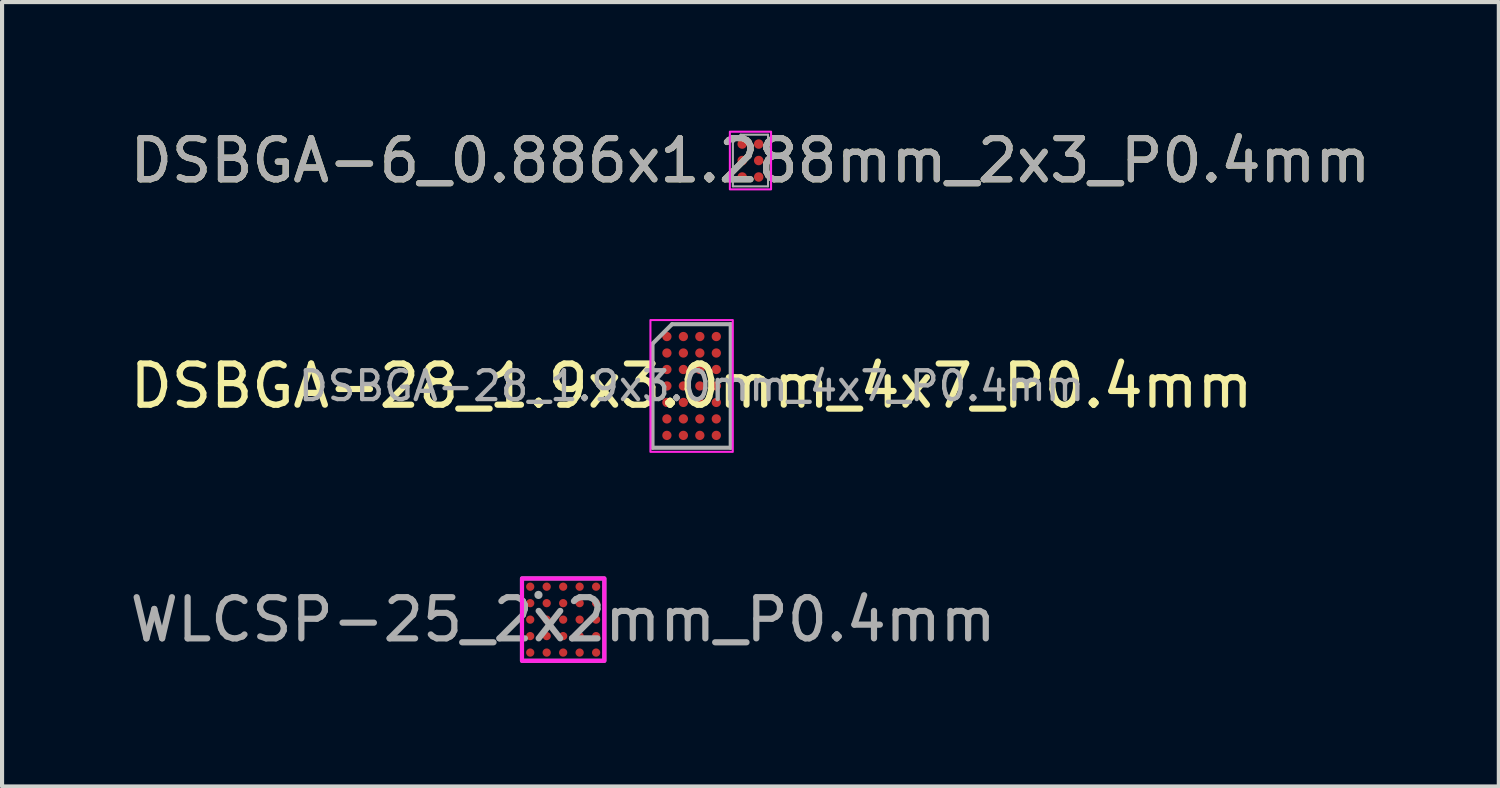
<source format=kicad_pcb>
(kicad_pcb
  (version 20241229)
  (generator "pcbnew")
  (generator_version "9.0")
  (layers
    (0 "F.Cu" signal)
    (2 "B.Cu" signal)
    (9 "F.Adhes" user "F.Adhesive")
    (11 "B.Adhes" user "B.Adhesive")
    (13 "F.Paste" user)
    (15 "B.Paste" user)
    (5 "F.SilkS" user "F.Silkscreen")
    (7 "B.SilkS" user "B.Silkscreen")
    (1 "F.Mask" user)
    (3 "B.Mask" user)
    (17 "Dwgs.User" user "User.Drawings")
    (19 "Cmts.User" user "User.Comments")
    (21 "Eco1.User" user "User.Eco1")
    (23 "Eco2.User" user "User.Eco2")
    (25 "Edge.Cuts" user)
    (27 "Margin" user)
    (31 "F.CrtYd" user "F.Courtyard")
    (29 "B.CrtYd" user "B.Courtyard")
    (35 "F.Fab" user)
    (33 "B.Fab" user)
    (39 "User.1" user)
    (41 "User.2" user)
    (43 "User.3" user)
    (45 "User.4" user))
  (footprint "DSBGA-6_0.886x1.288mm_2x3_P0.4mm"
    (layer "F.Cu")
    (at 15.173 0.848)
    (property "Reference" "DSBGA-6_0.886x1.288mm_2x3_P0.4mm" (at 0 0 0) (layer "F.SilkS") (effects (font (size 1 1) (thickness 0.15))))
    (attr smd)
    (fp_rect (start -0.5 -0.7) (end 0.5 0.7) (stroke (width 0.05) (type default)) (fill no) (layer "F.CrtYd"))
    (fp_line (start -0.427 -0.438) (end -0.237 -0.627) (stroke (width 0.05) (type solid)) (layer "F.Fab"))
    (fp_line (start -0.427 0.627) (end -0.427 -0.438) (stroke (width 0.05) (type solid)) (layer "F.Fab"))
    (fp_line (start -0.237 -0.627) (end 0.427 -0.627) (stroke (width 0.05) (type solid)) (layer "F.Fab"))
    (fp_line (start 0.427 -0.627) (end 0.427 0.627) (stroke (width 0.05) (type solid)) (layer "F.Fab"))
    (fp_line (start 0.427 0.627) (end -0.427 0.627) (stroke (width 0.05) (type solid)) (layer "F.Fab"))
    (fp_text user "${REFERENCE}" (at 0 0 0) (layer "F.Fab") (effects (font (size 1 1) (thickness 0.15))))
    (pad "A1" smd circle (at -0.2 -0.4) (size 0.23 0.23) (property pad_prop_bga) (layers "F.Cu" "F.Mask" "F.Paste"))
    (pad "A2" smd circle (at 0.2 -0.4) (size 0.23 0.23) (property pad_prop_bga) (layers "F.Cu" "F.Mask" "F.Paste"))
    (pad "B1" smd circle (at -0.2 0) (size 0.23 0.23) (property pad_prop_bga) (layers "F.Cu" "F.Mask" "F.Paste"))
    (pad "B2" smd circle (at 0.2 0) (size 0.23 0.23) (property pad_prop_bga) (layers "F.Cu" "F.Mask" "F.Paste"))
    (pad "C1" smd circle (at -0.2 0.4) (size 0.23 0.23) (property pad_prop_bga) (layers "F.Cu" "F.Mask" "F.Paste"))
    (pad "C2" smd circle (at 0.2 0.4) (size 0.23 0.23) (property pad_prop_bga) (layers "F.Cu" "F.Mask" "F.Paste")))
  (footprint "DSBGA-28_1.9x3.0mm_4x7_P0.4mm"
    (layer "F.Cu")
    (at 13.744 6.322)
    (property "Reference" "DSBGA-28_1.9x3.0mm_4x7_P0.4mm" (at 0 0 0) (layer "F.SilkS") (effects (font (size 1 1) (thickness 0.15))))
    (attr smd)
    (fp_rect (start -1 -1.6) (end 1 1.6) (stroke (width 0.05) (type default)) (fill no) (layer "F.CrtYd"))
    (fp_line (start -0.95 -1.025) (end -0.475 -1.5) (stroke (width 0.1) (type solid)) (layer "F.Fab"))
    (fp_line (start -0.95 1.5) (end -0.95 -1.025) (stroke (width 0.1) (type solid)) (layer "F.Fab"))
    (fp_line (start -0.475 -1.5) (end 0.95 -1.5) (stroke (width 0.1) (type solid)) (layer "F.Fab"))
    (fp_line (start 0.95 -1.5) (end 0.95 1.5) (stroke (width 0.1) (type solid)) (layer "F.Fab"))
    (fp_line (start 0.95 1.5) (end -0.95 1.5) (stroke (width 0.1) (type solid)) (layer "F.Fab"))
    (fp_text user "${REFERENCE}" (at 0 0 0) (layer "F.Fab") (effects (font (size 0.7 0.7) (thickness 0.105))))
    (pad "A1" smd circle (at -0.6 -1.2) (size 0.225 0.225) (property pad_prop_bga) (layers "F.Cu" "F.Mask" "F.Paste"))
    (pad "A2" smd circle (at -0.2 -1.2) (size 0.225 0.225) (property pad_prop_bga) (layers "F.Cu" "F.Mask" "F.Paste"))
    (pad "A3" smd circle (at 0.2 -1.2) (size 0.225 0.225) (property pad_prop_bga) (layers "F.Cu" "F.Mask" "F.Paste"))
    (pad "A4" smd circle (at 0.6 -1.2) (size 0.225 0.225) (property pad_prop_bga) (layers "F.Cu" "F.Mask" "F.Paste"))
    (pad "B1" smd circle (at -0.6 -0.8) (size 0.225 0.225) (property pad_prop_bga) (layers "F.Cu" "F.Mask" "F.Paste"))
    (pad "B2" smd circle (at -0.2 -0.8) (size 0.225 0.225) (property pad_prop_bga) (layers "F.Cu" "F.Mask" "F.Paste"))
    (pad "B3" smd circle (at 0.2 -0.8) (size 0.225 0.225) (property pad_prop_bga) (layers "F.Cu" "F.Mask" "F.Paste"))
    (pad "B4" smd circle (at 0.6 -0.8) (size 0.225 0.225) (property pad_prop_bga) (layers "F.Cu" "F.Mask" "F.Paste"))
    (pad "C1" smd circle (at -0.6 -0.4) (size 0.225 0.225) (property pad_prop_bga) (layers "F.Cu" "F.Mask" "F.Paste"))
    (pad "C2" smd circle (at -0.2 -0.4) (size 0.225 0.225) (property pad_prop_bga) (layers "F.Cu" "F.Mask" "F.Paste"))
    (pad "C3" smd circle (at 0.2 -0.4) (size 0.225 0.225) (property pad_prop_bga) (layers "F.Cu" "F.Mask" "F.Paste"))
    (pad "C4" smd circle (at 0.6 -0.4) (size 0.225 0.225) (property pad_prop_bga) (layers "F.Cu" "F.Mask" "F.Paste"))
    (pad "D1" smd circle (at -0.6 0) (size 0.225 0.225) (property pad_prop_bga) (layers "F.Cu" "F.Mask" "F.Paste"))
    (pad "D2" smd circle (at -0.2 0) (size 0.225 0.225) (property pad_prop_bga) (layers "F.Cu" "F.Mask" "F.Paste"))
    (pad "D3" smd circle (at 0.2 0) (size 0.225 0.225) (property pad_prop_bga) (layers "F.Cu" "F.Mask" "F.Paste"))
    (pad "D4" smd circle (at 0.6 0) (size 0.225 0.225) (property pad_prop_bga) (layers "F.Cu" "F.Mask" "F.Paste"))
    (pad "E1" smd circle (at -0.6 0.4) (size 0.225 0.225) (property pad_prop_bga) (layers "F.Cu" "F.Mask" "F.Paste"))
    (pad "E2" smd circle (at -0.2 0.4) (size 0.225 0.225) (property pad_prop_bga) (layers "F.Cu" "F.Mask" "F.Paste"))
    (pad "E3" smd circle (at 0.2 0.4) (size 0.225 0.225) (property pad_prop_bga) (layers "F.Cu" "F.Mask" "F.Paste"))
    (pad "E4" smd circle (at 0.6 0.4) (size 0.225 0.225) (property pad_prop_bga) (layers "F.Cu" "F.Mask" "F.Paste"))
    (pad "F1" smd circle (at -0.6 0.8) (size 0.225 0.225) (property pad_prop_bga) (layers "F.Cu" "F.Mask" "F.Paste"))
    (pad "F2" smd circle (at -0.2 0.8) (size 0.225 0.225) (property pad_prop_bga) (layers "F.Cu" "F.Mask" "F.Paste"))
    (pad "F3" smd circle (at 0.2 0.8) (size 0.225 0.225) (property pad_prop_bga) (layers "F.Cu" "F.Mask" "F.Paste"))
    (pad "F4" smd circle (at 0.6 0.8) (size 0.225 0.225) (property pad_prop_bga) (layers "F.Cu" "F.Mask" "F.Paste"))
    (pad "G1" smd circle (at -0.6 1.2) (size 0.225 0.225) (property pad_prop_bga) (layers "F.Cu" "F.Mask" "F.Paste"))
    (pad "G2" smd circle (at -0.2 1.2) (size 0.225 0.225) (property pad_prop_bga) (layers "F.Cu" "F.Mask" "F.Paste"))
    (pad "G3" smd circle (at 0.2 1.2) (size 0.225 0.225) (property pad_prop_bga) (layers "F.Cu" "F.Mask" "F.Paste"))
    (pad "G4" smd circle (at 0.6 1.2) (size 0.225 0.225) (property pad_prop_bga) (layers "F.Cu" "F.Mask" "F.Paste")))
  (footprint "WLCSP-25_2x2mm_P0.4mm"
    (layer "F.Cu")
    (at 10.625 11.996)
    (property "Reference" "WLCSP-25_2x2mm_P0.4mm" (at 0 0 0) (unlocked yes) (layer "F.SilkS") (effects (font (size 1 1) (thickness 0.1))))
    (attr smd)
    (fp_rect (start -1 -1) (end 1 1) (stroke (width 0.1) (type default)) (fill no) (layer "F.CrtYd"))
    (fp_rect (start -1 -1) (end 1 1) (stroke (width 0.1) (type default)) (fill no) (layer "F.Fab"))
    (fp_circle (center -0.6 -0.6) (end -0.55 -0.6) (stroke (width 0.1) (type default)) (fill no) (layer "F.Fab"))
    (fp_text user "${REFERENCE}" (at 0 0 0) (unlocked yes) (layer "F.Fab") (effects (font (size 1 1) (thickness 0.15))))
    (pad "A1" smd circle (at -0.8 -0.8) (size 0.2 0.2) (layers "F.Cu" "F.Mask" "F.Paste"))
    (pad "A2" smd circle (at -0.4 -0.8) (size 0.2 0.2) (layers "F.Cu" "F.Mask" "F.Paste"))
    (pad "A3" smd circle (at 0 -0.8) (size 0.2 0.2) (layers "F.Cu" "F.Mask" "F.Paste"))
    (pad "A4" smd circle (at 0.4 -0.8) (size 0.2 0.2) (layers "F.Cu" "F.Mask" "F.Paste"))
    (pad "A5" smd circle (at 0.8 -0.8) (size 0.2 0.2) (layers "F.Cu" "F.Mask" "F.Paste"))
    (pad "B1" smd circle (at -0.8 -0.4) (size 0.2 0.2) (layers "F.Cu" "F.Mask" "F.Paste"))
    (pad "B2" smd circle (at -0.4 -0.4) (size 0.2 0.2) (layers "F.Cu" "F.Mask" "F.Paste"))
    (pad "B3" smd circle (at 0 -0.4) (size 0.2 0.2) (layers "F.Cu" "F.Mask" "F.Paste"))
    (pad "B4" smd circle (at 0.4 -0.4) (size 0.2 0.2) (layers "F.Cu" "F.Mask" "F.Paste"))
    (pad "B5" smd circle (at 0.8 -0.4) (size 0.2 0.2) (layers "F.Cu" "F.Mask" "F.Paste"))
    (pad "C1" smd circle (at -0.8 0) (size 0.2 0.2) (layers "F.Cu" "F.Mask" "F.Paste"))
    (pad "C2" smd circle (at -0.4 0) (size 0.2 0.2) (layers "F.Cu" "F.Mask" "F.Paste"))
    (pad "C3" smd circle (at 0 0) (size 0.2 0.2) (layers "F.Cu" "F.Mask" "F.Paste"))
    (pad "C4" smd circle (at 0.4 0) (size 0.2 0.2) (layers "F.Cu" "F.Mask" "F.Paste"))
    (pad "C5" smd circle (at 0.8 0) (size 0.2 0.2) (layers "F.Cu" "F.Mask" "F.Paste"))
    (pad "D1" smd circle (at -0.8 0.4) (size 0.2 0.2) (layers "F.Cu" "F.Mask" "F.Paste"))
    (pad "D2" smd circle (at -0.4 0.4) (size 0.2 0.2) (layers "F.Cu" "F.Mask" "F.Paste"))
    (pad "D3" smd circle (at 0 0.4) (size 0.2 0.2) (layers "F.Cu" "F.Mask" "F.Paste"))
    (pad "D4" smd circle (at 0.4 0.4) (size 0.2 0.2) (layers "F.Cu" "F.Mask" "F.Paste"))
    (pad "D5" smd circle (at 0.8 0.4) (size 0.2 0.2) (layers "F.Cu" "F.Mask" "F.Paste"))
    (pad "E1" smd circle (at -0.8 0.8) (size 0.2 0.2) (layers "F.Cu" "F.Mask" "F.Paste"))
    (pad "E2" smd circle (at -0.4 0.8) (size 0.2 0.2) (layers "F.Cu" "F.Mask" "F.Paste"))
    (pad "E3" smd circle (at 0 0.8) (size 0.2 0.2) (layers "F.Cu" "F.Mask" "F.Paste"))
    (pad "E4" smd circle (at 0.4 0.8) (size 0.2 0.2) (layers "F.Cu" "F.Mask" "F.Paste"))
    (pad "E5" smd circle (at 0.8 0.8) (size 0.2 0.2) (layers "F.Cu" "F.Mask" "F.Paste")))
  (gr_rect
    (start -3 -3)
    (end 33.345 16.047)
    (stroke (width 0.1) (type default))
    (fill no)
    (layer "Edge.Cuts")))
</source>
